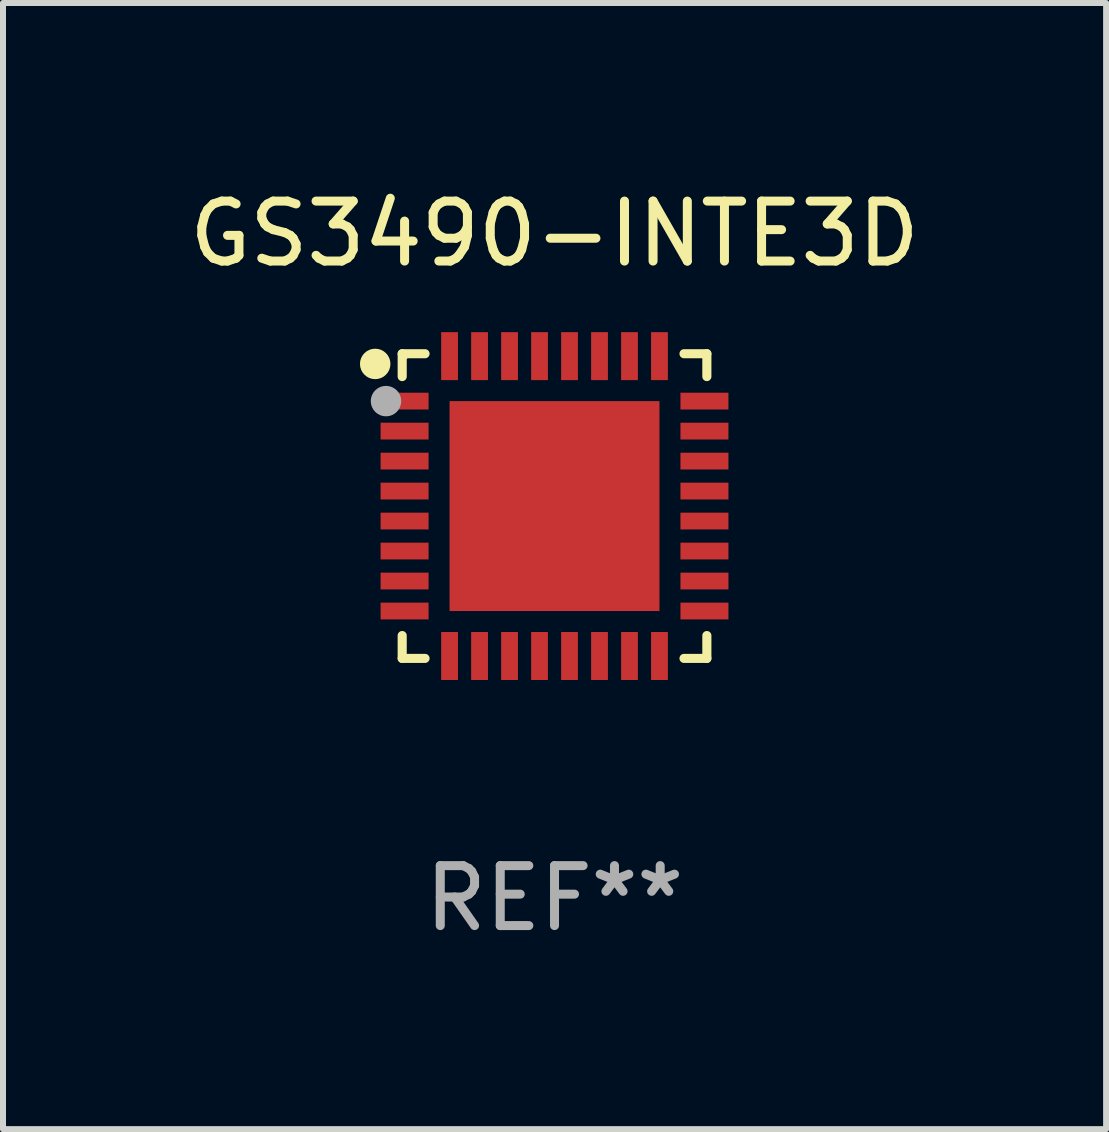
<source format=kicad_pcb>
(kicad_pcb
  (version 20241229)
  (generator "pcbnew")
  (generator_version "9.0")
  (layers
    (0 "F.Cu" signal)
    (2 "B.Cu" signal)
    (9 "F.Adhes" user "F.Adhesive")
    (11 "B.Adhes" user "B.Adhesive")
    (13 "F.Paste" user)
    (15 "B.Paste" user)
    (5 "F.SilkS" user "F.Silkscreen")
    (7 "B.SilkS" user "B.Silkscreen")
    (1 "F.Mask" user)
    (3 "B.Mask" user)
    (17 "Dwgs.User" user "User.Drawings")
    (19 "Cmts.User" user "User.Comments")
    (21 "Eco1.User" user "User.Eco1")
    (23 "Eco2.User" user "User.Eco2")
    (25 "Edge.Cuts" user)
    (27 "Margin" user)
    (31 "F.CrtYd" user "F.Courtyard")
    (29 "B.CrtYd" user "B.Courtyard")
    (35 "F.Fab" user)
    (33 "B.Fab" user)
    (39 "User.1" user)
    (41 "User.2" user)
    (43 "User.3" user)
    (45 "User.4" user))
  (footprint "GS3490-INTE3D"
    (layer "F.Cu")
    (at 6.196 5.388)
    (property "Reference" "GS3490-INTE3D" (at 0 -4.54 0) (layer "F.SilkS") (effects (font (size 1 1) (thickness 0.15))))
    (attr through_hole)
    (fp_line (start -2.54 -2.54) (end -2.159 -2.54) (stroke (width 0.152) (type solid)) (layer "F.SilkS"))
    (fp_line (start -2.54 -2.159) (end -2.54 -2.54) (stroke (width 0.152) (type solid)) (layer "F.SilkS"))
    (fp_line (start -2.54 2.54) (end -2.54 2.159) (stroke (width 0.152) (type solid)) (layer "F.SilkS"))
    (fp_line (start -2.159 2.54) (end -2.54 2.54) (stroke (width 0.152) (type solid)) (layer "F.SilkS"))
    (fp_line (start 2.159 -2.54) (end 2.54 -2.54) (stroke (width 0.152) (type solid)) (layer "F.SilkS"))
    (fp_line (start 2.54 -2.54) (end 2.54 -2.159) (stroke (width 0.152) (type solid)) (layer "F.SilkS"))
    (fp_line (start 2.54 2.159) (end 2.54 2.54) (stroke (width 0.152) (type solid)) (layer "F.SilkS"))
    (fp_line (start 2.54 2.54) (end 2.159 2.54) (stroke (width 0.152) (type solid)) (layer "F.SilkS"))
    (fp_circle (center -2.99 -2.37) (end -2.863 -2.37) (stroke (width 0.254) (type solid)) (fill no) (layer "F.SilkS"))
    (fp_circle (center -2.5 -2.5) (end -2.47 -2.5) (stroke (width 0.06) (type solid)) (fill no) (layer "F.SilkS"))
    (fp_circle (center -2.81 -1.75) (end -2.683 -1.75) (stroke (width 0.254) (type solid)) (fill no) (layer "F.Fab"))
    (fp_text user "REF**" (at 0 6.54 0) (layer "F.Fab") (effects (font (size 1 1) (thickness 0.15))))
    (pad "1" smd rect (at -2.5 -1.75 270) (size 0.28 0.8) (layers "F.Cu" "F.Mask" "F.Paste"))
    (pad "2" smd rect (at -2.5 -1.25 270) (size 0.28 0.8) (layers "F.Cu" "F.Mask" "F.Paste"))
    (pad "3" smd rect (at -2.5 -0.75 270) (size 0.28 0.8) (layers "F.Cu" "F.Mask" "F.Paste"))
    (pad "4" smd rect (at -2.5 -0.25 270) (size 0.28 0.8) (layers "F.Cu" "F.Mask" "F.Paste"))
    (pad "5" smd rect (at -2.5 0.25 270) (size 0.28 0.8) (layers "F.Cu" "F.Mask" "F.Paste"))
    (pad "6" smd rect (at -2.5 0.75 270) (size 0.28 0.8) (layers "F.Cu" "F.Mask" "F.Paste"))
    (pad "7" smd rect (at -2.5 1.25 270) (size 0.28 0.8) (layers "F.Cu" "F.Mask" "F.Paste"))
    (pad "8" smd rect (at -2.5 1.75 270) (size 0.28 0.8) (layers "F.Cu" "F.Mask" "F.Paste"))
    (pad "9" smd rect (at -1.75 2.5 270) (size 0.8 0.28) (layers "F.Cu" "F.Mask" "F.Paste"))
    (pad "10" smd rect (at -1.25 2.5 270) (size 0.8 0.28) (layers "F.Cu" "F.Mask" "F.Paste"))
    (pad "11" smd rect (at -0.75 2.5 270) (size 0.8 0.28) (layers "F.Cu" "F.Mask" "F.Paste"))
    (pad "12" smd rect (at -0.25 2.5 270) (size 0.8 0.28) (layers "F.Cu" "F.Mask" "F.Paste"))
    (pad "13" smd rect (at 0.25 2.5 270) (size 0.8 0.28) (layers "F.Cu" "F.Mask" "F.Paste"))
    (pad "14" smd rect (at 0.75 2.5 270) (size 0.8 0.28) (layers "F.Cu" "F.Mask" "F.Paste"))
    (pad "15" smd rect (at 1.25 2.5 270) (size 0.8 0.28) (layers "F.Cu" "F.Mask" "F.Paste"))
    (pad "16" smd rect (at 1.75 2.5 270) (size 0.8 0.28) (layers "F.Cu" "F.Mask" "F.Paste"))
    (pad "17" smd rect (at 2.5 1.75 270) (size 0.28 0.8) (layers "F.Cu" "F.Mask" "F.Paste"))
    (pad "18" smd rect (at 2.5 1.25 270) (size 0.28 0.8) (layers "F.Cu" "F.Mask" "F.Paste"))
    (pad "19" smd rect (at 2.5 0.75 270) (size 0.28 0.8) (layers "F.Cu" "F.Mask" "F.Paste"))
    (pad "20" smd rect (at 2.5 0.25 270) (size 0.28 0.8) (layers "F.Cu" "F.Mask" "F.Paste"))
    (pad "21" smd rect (at 2.5 -0.25 270) (size 0.28 0.8) (layers "F.Cu" "F.Mask" "F.Paste"))
    (pad "22" smd rect (at 2.5 -0.75 270) (size 0.28 0.8) (layers "F.Cu" "F.Mask" "F.Paste"))
    (pad "23" smd rect (at 2.5 -1.25 270) (size 0.28 0.8) (layers "F.Cu" "F.Mask" "F.Paste"))
    (pad "24" smd rect (at 2.5 -1.75 270) (size 0.28 0.8) (layers "F.Cu" "F.Mask" "F.Paste"))
    (pad "25" smd rect (at 1.75 -2.5 270) (size 0.8 0.28) (layers "F.Cu" "F.Mask" "F.Paste"))
    (pad "26" smd rect (at 1.25 -2.5 270) (size 0.8 0.28) (layers "F.Cu" "F.Mask" "F.Paste"))
    (pad "27" smd rect (at 0.75 -2.5 270) (size 0.8 0.28) (layers "F.Cu" "F.Mask" "F.Paste"))
    (pad "28" smd rect (at 0.25 -2.5 270) (size 0.8 0.28) (layers "F.Cu" "F.Mask" "F.Paste"))
    (pad "29" smd rect (at -0.25 -2.5 270) (size 0.8 0.28) (layers "F.Cu" "F.Mask" "F.Paste"))
    (pad "30" smd rect (at -0.75 -2.5 270) (size 0.8 0.28) (layers "F.Cu" "F.Mask" "F.Paste"))
    (pad "31" smd rect (at -1.25 -2.5 270) (size 0.8 0.28) (layers "F.Cu" "F.Mask" "F.Paste"))
    (pad "32" smd rect (at -1.75 -2.5 270) (size 0.8 0.28) (layers "F.Cu" "F.Mask" "F.Paste"))
    (pad "33" smd rect (at -0.000102 0.000102 270) (size 3.5 3.5) (layers "F.Cu" "F.Mask" "F.Paste")))
  (gr_rect
    (start -3 -3)
    (end 15.393 15.777)
    (stroke (width 0.1) (type default))
    (fill no)
    (layer "Edge.Cuts")))
</source>
